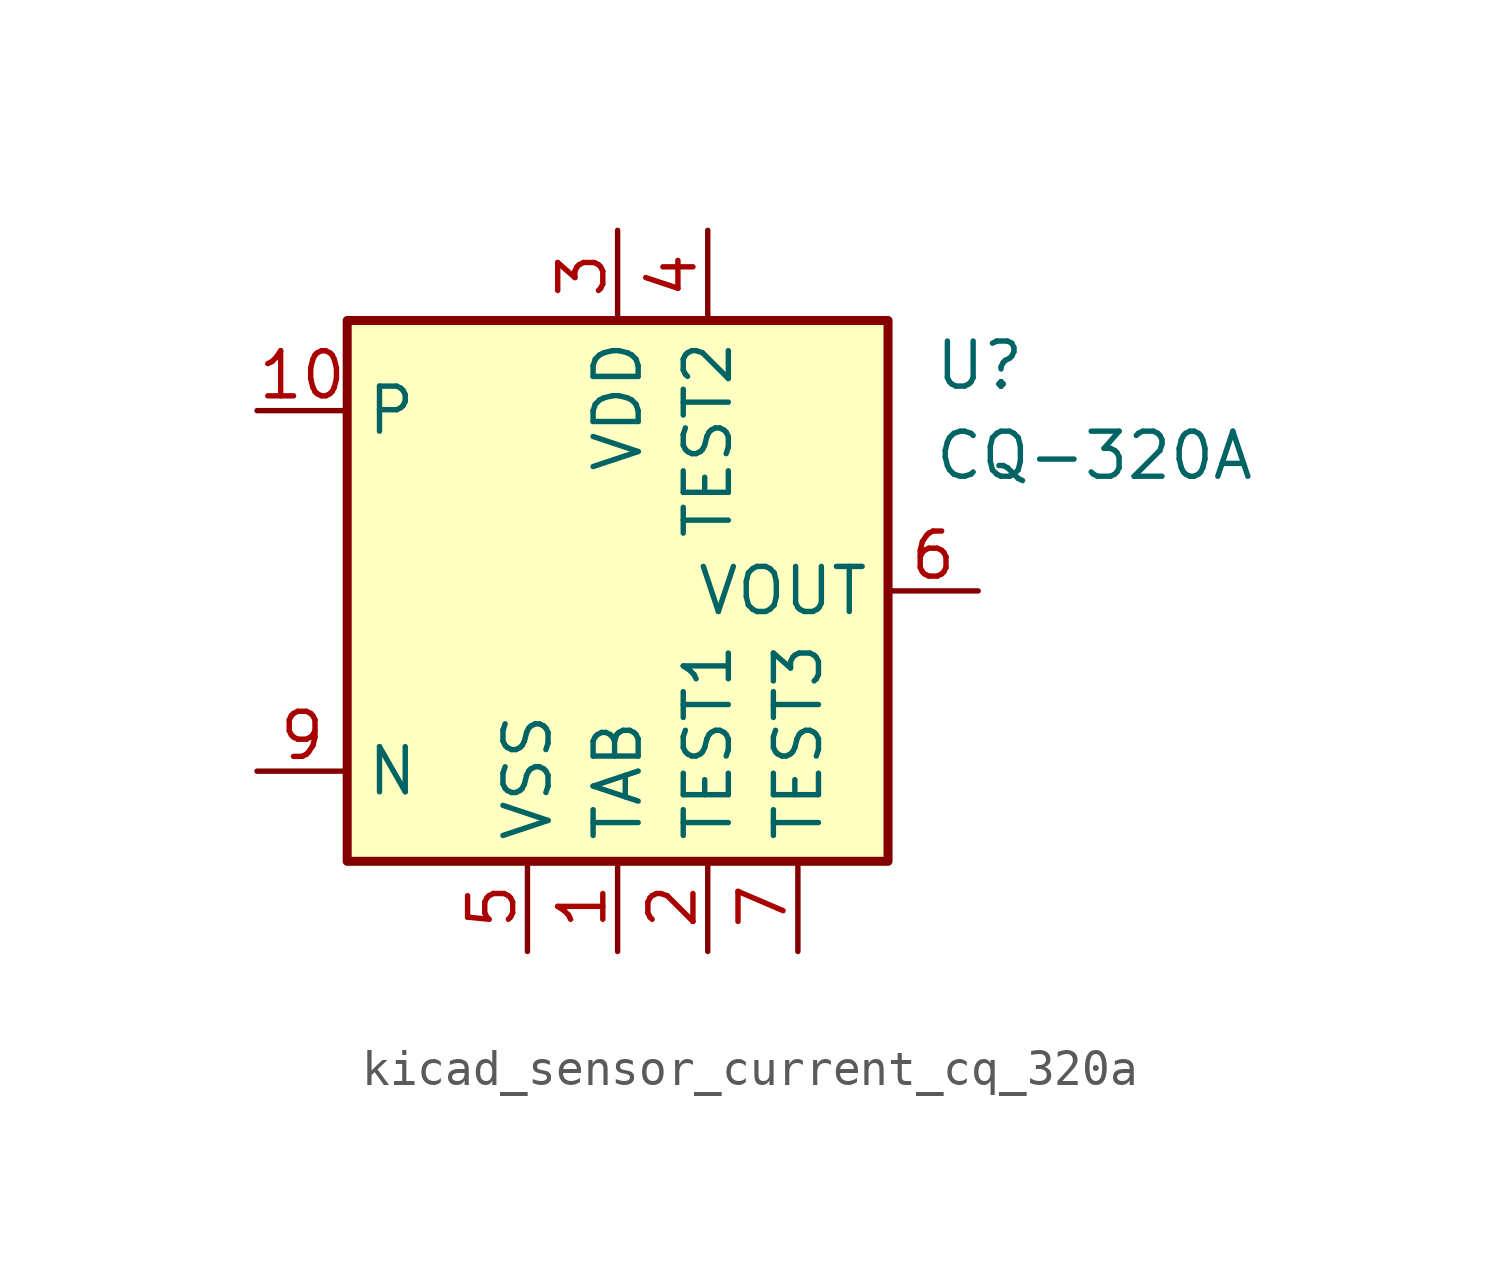
<source format=kicad_sym>
(kicad_symbol_lib
  (version 20220914)
  (generator kicad_symbol_editor)
  (symbol "kicad_sensor_current_cq_320a"
    (property "Reference" "U"
      (at 8.89 6.35 0)
      (effects (font (size 1.27 1.27)) (justify left)))
    (property "Value" "CQ-320A"
      (at 8.89 3.81 0)
      (effects (font (size 1.27 1.27)) (justify left)))
    (symbol "kicad_sensor_current_cq_320a_0_1"
      (rectangle (start -7.62 7.62) (end 7.62 -7.62) (stroke (width 0.254) (type default)) (fill (type background))))
    (symbol "kicad_sensor_current_cq_320a_1_1"
      (pin power_in line (at 0 -10.16 90) (length 2.54) (name "TAB" (effects (font (size 1.27 1.27)))) (number "1" (effects (font (size 1.27 1.27)))))
      (pin passive line (at -10.16 5.08 0) (length 2.54) (name "P" (effects (font (size 1.27 1.27)))) (number "10" (effects (font (size 1.27 1.27)))))
      (pin power_in line (at 2.54 -10.16 90) (length 2.54) (name "TEST1" (effects (font (size 1.27 1.27)))) (number "2" (effects (font (size 1.27 1.27)))))
      (pin power_in line (at 0 10.16 270) (length 2.54) (name "VDD" (effects (font (size 1.27 1.27)))) (number "3" (effects (font (size 1.27 1.27)))))
      (pin power_in line (at 2.54 10.16 270) (length 2.54) (name "TEST2" (effects (font (size 1.27 1.27)))) (number "4" (effects (font (size 1.27 1.27)))))
      (pin power_in line (at -2.54 -10.16 90) (length 2.54) (name "VSS" (effects (font (size 1.27 1.27)))) (number "5" (effects (font (size 1.27 1.27)))))
      (pin output line (at 10.16 0 180) (length 2.54) (name "VOUT" (effects (font (size 1.27 1.27)))) (number "6" (effects (font (size 1.27 1.27)))))
      (pin power_in line (at 5.08 -10.16 90) (length 2.54) (name "TEST3" (effects (font (size 1.27 1.27)))) (number "7" (effects (font (size 1.27 1.27)))))
      (pin passive line (at 0 -10.16 90) (length 2.54) hide (name "TAB" (effects (font (size 1.27 1.27)))) (number "8" (effects (font (size 1.27 1.27)))))
      (pin passive line (at -10.16 -5.08 0) (length 2.54) (name "N" (effects (font (size 1.27 1.27)))) (number "9" (effects (font (size 1.27 1.27))))))))
</source>
